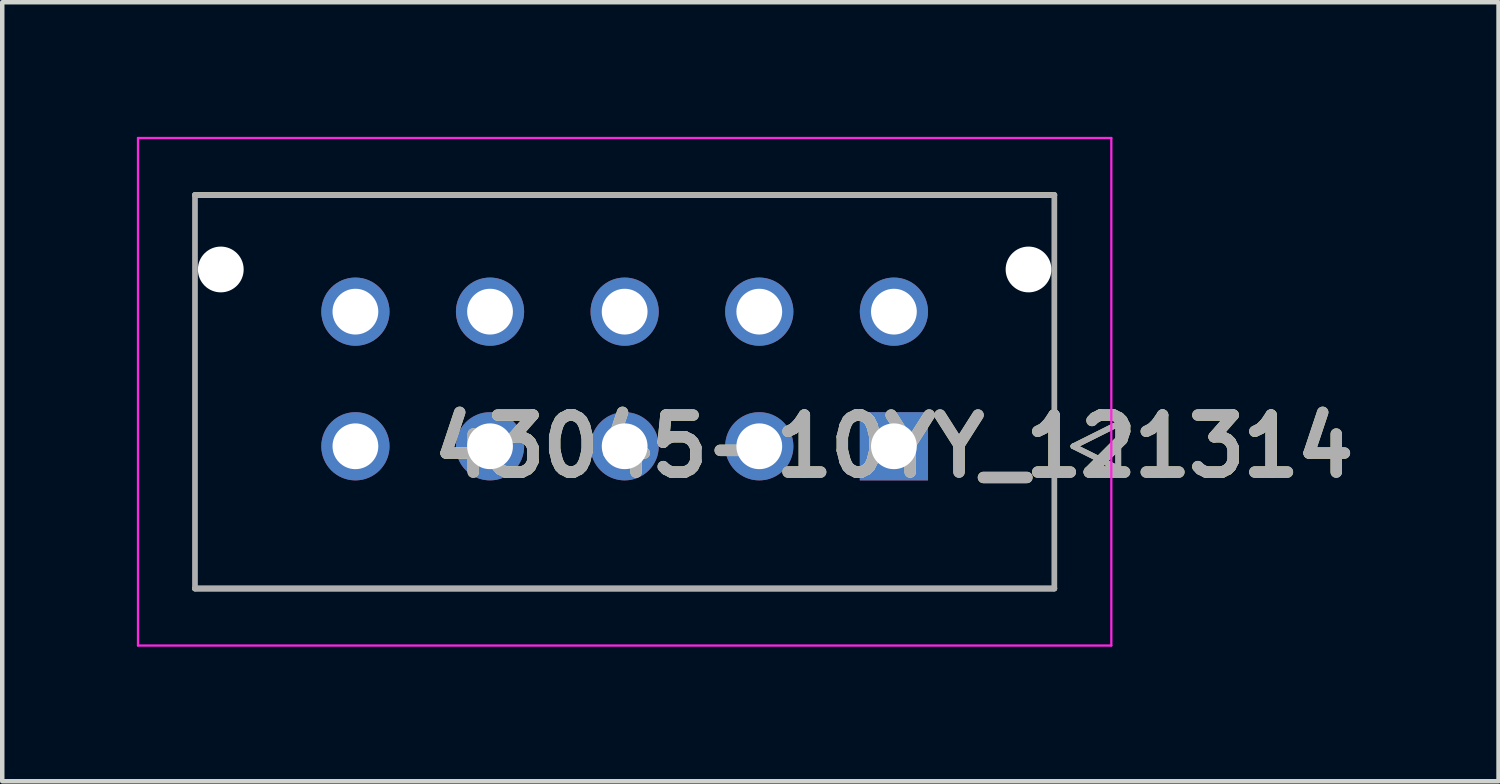
<source format=kicad_pcb>
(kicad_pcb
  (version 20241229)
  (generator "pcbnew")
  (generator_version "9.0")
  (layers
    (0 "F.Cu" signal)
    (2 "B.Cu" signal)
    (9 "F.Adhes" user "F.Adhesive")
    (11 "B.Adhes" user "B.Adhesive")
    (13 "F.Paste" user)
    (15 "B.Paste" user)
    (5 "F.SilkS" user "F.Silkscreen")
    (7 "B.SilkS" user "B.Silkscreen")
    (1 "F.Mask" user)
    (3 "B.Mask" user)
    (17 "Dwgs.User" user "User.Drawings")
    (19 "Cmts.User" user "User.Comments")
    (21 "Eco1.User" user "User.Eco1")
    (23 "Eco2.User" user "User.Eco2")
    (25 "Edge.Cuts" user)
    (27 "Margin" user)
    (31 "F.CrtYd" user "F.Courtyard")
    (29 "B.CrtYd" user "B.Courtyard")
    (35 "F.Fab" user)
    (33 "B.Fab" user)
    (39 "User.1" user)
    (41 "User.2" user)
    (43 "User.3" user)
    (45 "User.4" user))
  (footprint "43045-10YY_121314"
    (layer "F.Cu")
    (at 16.87 6.895)
    (property "Reference" "43045-10YY_121314" (at 0 0 0) (layer "F.SilkS") (effects (font (size 1.27 1.27) (thickness 0.254))))
    (attr through_hole)
    (fp_line (start -15.575 -5.6) (end 3.575 -5.6) (stroke (width 0.127) (type solid)) (layer "F.SilkS"))
    (fp_line (start 3.575 3.17) (end -15.575 3.17) (stroke (width 0.127) (type solid)) (layer "F.SilkS"))
    (fp_line (start 4 0) (end 5 -0.5) (stroke (width 0.127) (type solid)) (layer "F.SilkS"))
    (fp_line (start 5 -0.5) (end 5 0.5) (stroke (width 0.127) (type solid)) (layer "F.SilkS"))
    (fp_line (start 5 0.5) (end 4 0) (stroke (width 0.127) (type solid)) (layer "F.SilkS"))
    (fp_line (start -16.845 -6.87) (end 4.845 -6.87) (stroke (width 0.05) (type solid)) (layer "F.CrtYd"))
    (fp_line (start -16.845 4.44) (end -16.845 -6.87) (stroke (width 0.05) (type solid)) (layer "F.CrtYd"))
    (fp_line (start 4.845 -6.87) (end 4.845 4.44) (stroke (width 0.05) (type solid)) (layer "F.CrtYd"))
    (fp_line (start 4.845 4.44) (end -16.845 4.44) (stroke (width 0.05) (type solid)) (layer "F.CrtYd"))
    (fp_line (start -15.575 -5.6) (end 3.575 -5.6) (stroke (width 0.127) (type solid)) (layer "F.Fab"))
    (fp_line (start -15.575 3.17) (end -15.575 -5.6) (stroke (width 0.127) (type solid)) (layer "F.Fab"))
    (fp_line (start 3.575 -5.6) (end 3.575 3.17) (stroke (width 0.127) (type solid)) (layer "F.Fab"))
    (fp_line (start 3.575 3.17) (end -15.575 3.17) (stroke (width 0.127) (type solid)) (layer "F.Fab"))
    (fp_line (start 4 0) (end 5 -0.5) (stroke (width 0.127) (type solid)) (layer "F.Fab"))
    (fp_line (start 5 -0.5) (end 5 0.5) (stroke (width 0.127) (type solid)) (layer "F.Fab"))
    (fp_line (start 5 0.5) (end 4 0) (stroke (width 0.127) (type solid)) (layer "F.Fab"))
    (fp_text user "${REFERENCE}" (at 0 0 0) (layer "F.Fab") (effects (font (size 1.27 1.27) (thickness 0.254))))
    (pad "" np_thru_hole circle (at -15 -3.94) (size 1.02 1.02) (drill 1.02) (layers "*.Cu" "*.Mask"))
    (pad "" np_thru_hole circle (at 3 -3.94) (size 1.02 1.02) (drill 1.02) (layers "*.Cu" "*.Mask"))
    (pad "1" thru_hole rect (at 0 0) (size 1.52 1.52) (drill 1.02) (layers "*.Cu" "*.Mask"))
    (pad "2" thru_hole circle (at -3 0) (size 1.52 1.52) (drill 1.02) (layers "*.Cu" "*.Mask"))
    (pad "3" thru_hole circle (at -6 0) (size 1.52 1.52) (drill 1.02) (layers "*.Cu" "*.Mask"))
    (pad "4" thru_hole circle (at -9 0) (size 1.52 1.52) (drill 1.02) (layers "*.Cu" "*.Mask"))
    (pad "5" thru_hole circle (at -12 0) (size 1.52 1.52) (drill 1.02) (layers "*.Cu" "*.Mask"))
    (pad "6" thru_hole circle (at 0 -3) (size 1.52 1.52) (drill 1.02) (layers "*.Cu" "*.Mask"))
    (pad "7" thru_hole circle (at -3 -3) (size 1.52 1.52) (drill 1.02) (layers "*.Cu" "*.Mask"))
    (pad "8" thru_hole circle (at -6 -3) (size 1.52 1.52) (drill 1.02) (layers "*.Cu" "*.Mask"))
    (pad "9" thru_hole circle (at -9 -3) (size 1.52 1.52) (drill 1.02) (layers "*.Cu" "*.Mask"))
    (pad "10" thru_hole circle (at -12 -3) (size 1.52 1.52) (drill 1.02) (layers "*.Cu" "*.Mask")))
  (gr_rect
    (start -3 -3)
    (end 30.344 14.36)
    (stroke (width 0.1) (type default))
    (fill no)
    (layer "Edge.Cuts")))
</source>
